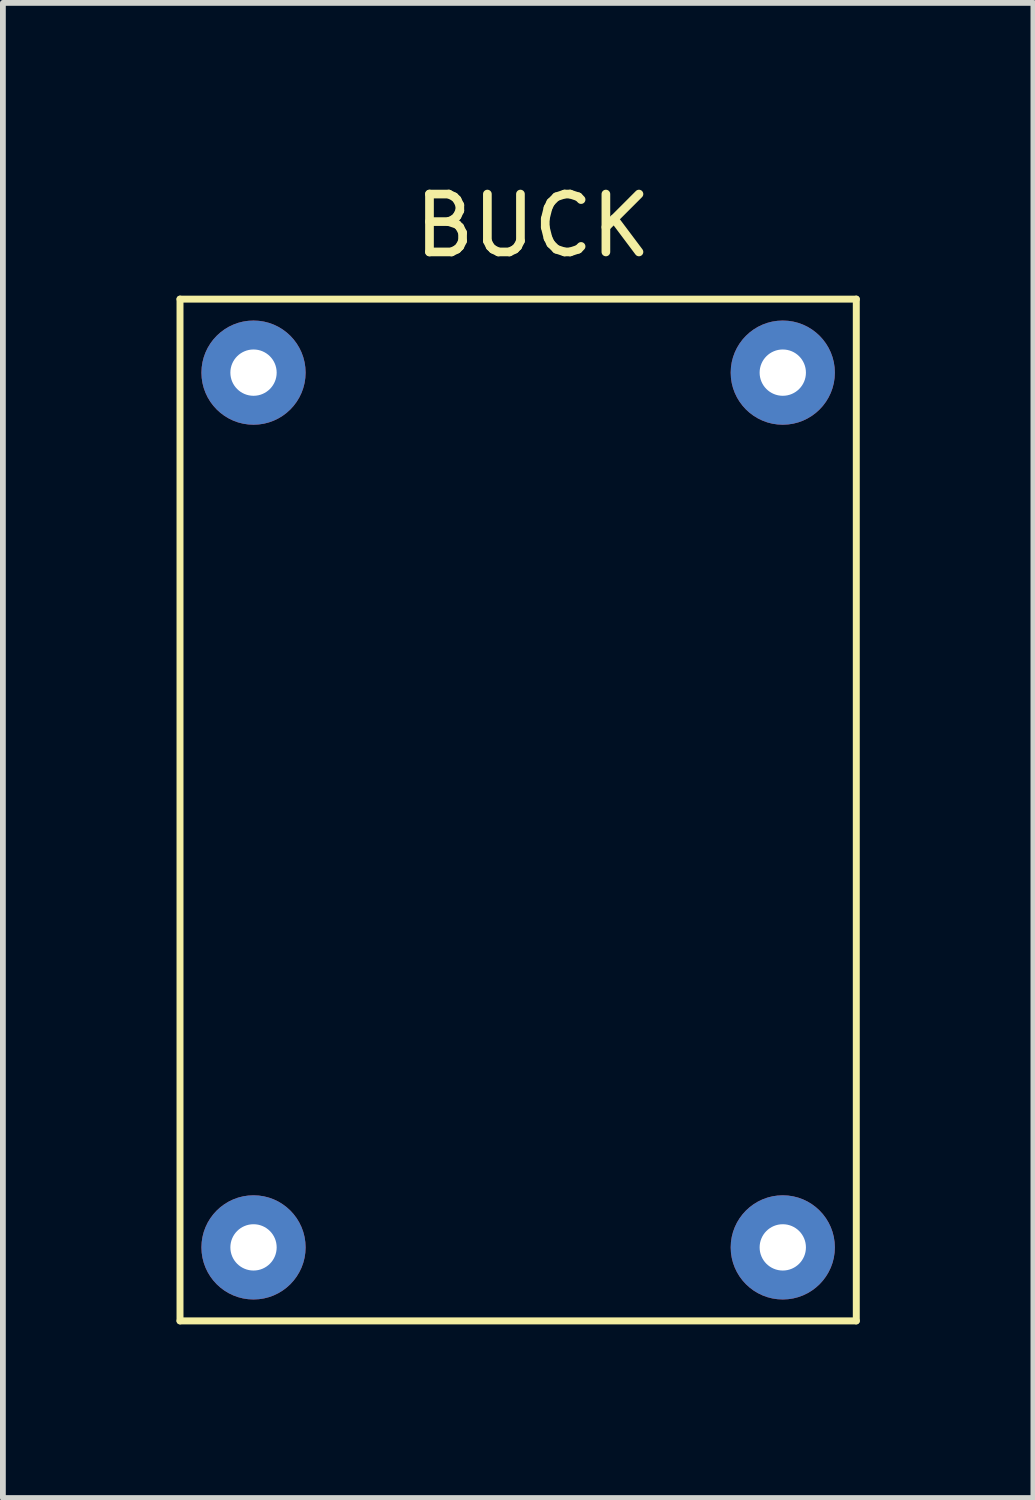
<source format=kicad_pcb>
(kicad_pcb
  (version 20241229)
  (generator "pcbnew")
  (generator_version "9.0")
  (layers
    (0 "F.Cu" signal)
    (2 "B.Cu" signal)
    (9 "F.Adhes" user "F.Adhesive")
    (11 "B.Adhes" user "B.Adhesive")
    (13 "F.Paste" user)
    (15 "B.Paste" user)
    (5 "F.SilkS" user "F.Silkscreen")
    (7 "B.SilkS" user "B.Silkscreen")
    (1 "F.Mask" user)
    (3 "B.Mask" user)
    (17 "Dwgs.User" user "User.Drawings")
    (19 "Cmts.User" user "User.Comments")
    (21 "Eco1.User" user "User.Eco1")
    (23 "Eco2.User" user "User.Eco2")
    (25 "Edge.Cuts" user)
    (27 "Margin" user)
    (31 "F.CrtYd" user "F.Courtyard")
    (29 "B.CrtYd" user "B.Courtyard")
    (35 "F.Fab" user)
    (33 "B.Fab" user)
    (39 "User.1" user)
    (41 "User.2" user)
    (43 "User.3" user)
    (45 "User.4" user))
  (footprint "BUCK"
    (layer "F.Cu")
    (at 6.156 1.991)
    (property "Reference" "BUCK" (at 0 -1.143 0) (layer "F.SilkS") (effects (font (size 1 1) (thickness 0.15))))
    (attr through_hole)
    (fp_line (start -6.096 0.127) (end 5.588 0.127) (stroke (width 0.12) (type solid)) (layer "F.SilkS"))
    (fp_line (start -6.096 17.78) (end -6.096 0.127) (stroke (width 0.12) (type solid)) (layer "F.SilkS"))
    (fp_line (start 5.588 0.127) (end 5.588 17.78) (stroke (width 0.12) (type solid)) (layer "F.SilkS"))
    (fp_line (start 5.588 17.78) (end -6.096 17.78) (stroke (width 0.12) (type solid)) (layer "F.SilkS"))
    (pad "1" thru_hole circle (at -4.826 1.397) (size 1.8 1.8) (drill 0.8) (layers "*.Cu" "*.Mask"))
    (pad "2" thru_hole circle (at 4.318 1.397) (size 1.8 1.8) (drill 0.8) (layers "*.Cu" "*.Mask"))
    (pad "3" thru_hole circle (at -4.826 16.51) (size 1.8 1.8) (drill 0.8) (layers "*.Cu" "*.Mask"))
    (pad "4" thru_hole circle (at 4.318 16.51) (size 1.8 1.8) (drill 0.8) (layers "*.Cu" "*.Mask")))
  (gr_rect
    (start -3 -3)
    (end 14.804 22.831)
    (stroke (width 0.1) (type default))
    (fill no)
    (layer "Edge.Cuts")))
</source>
